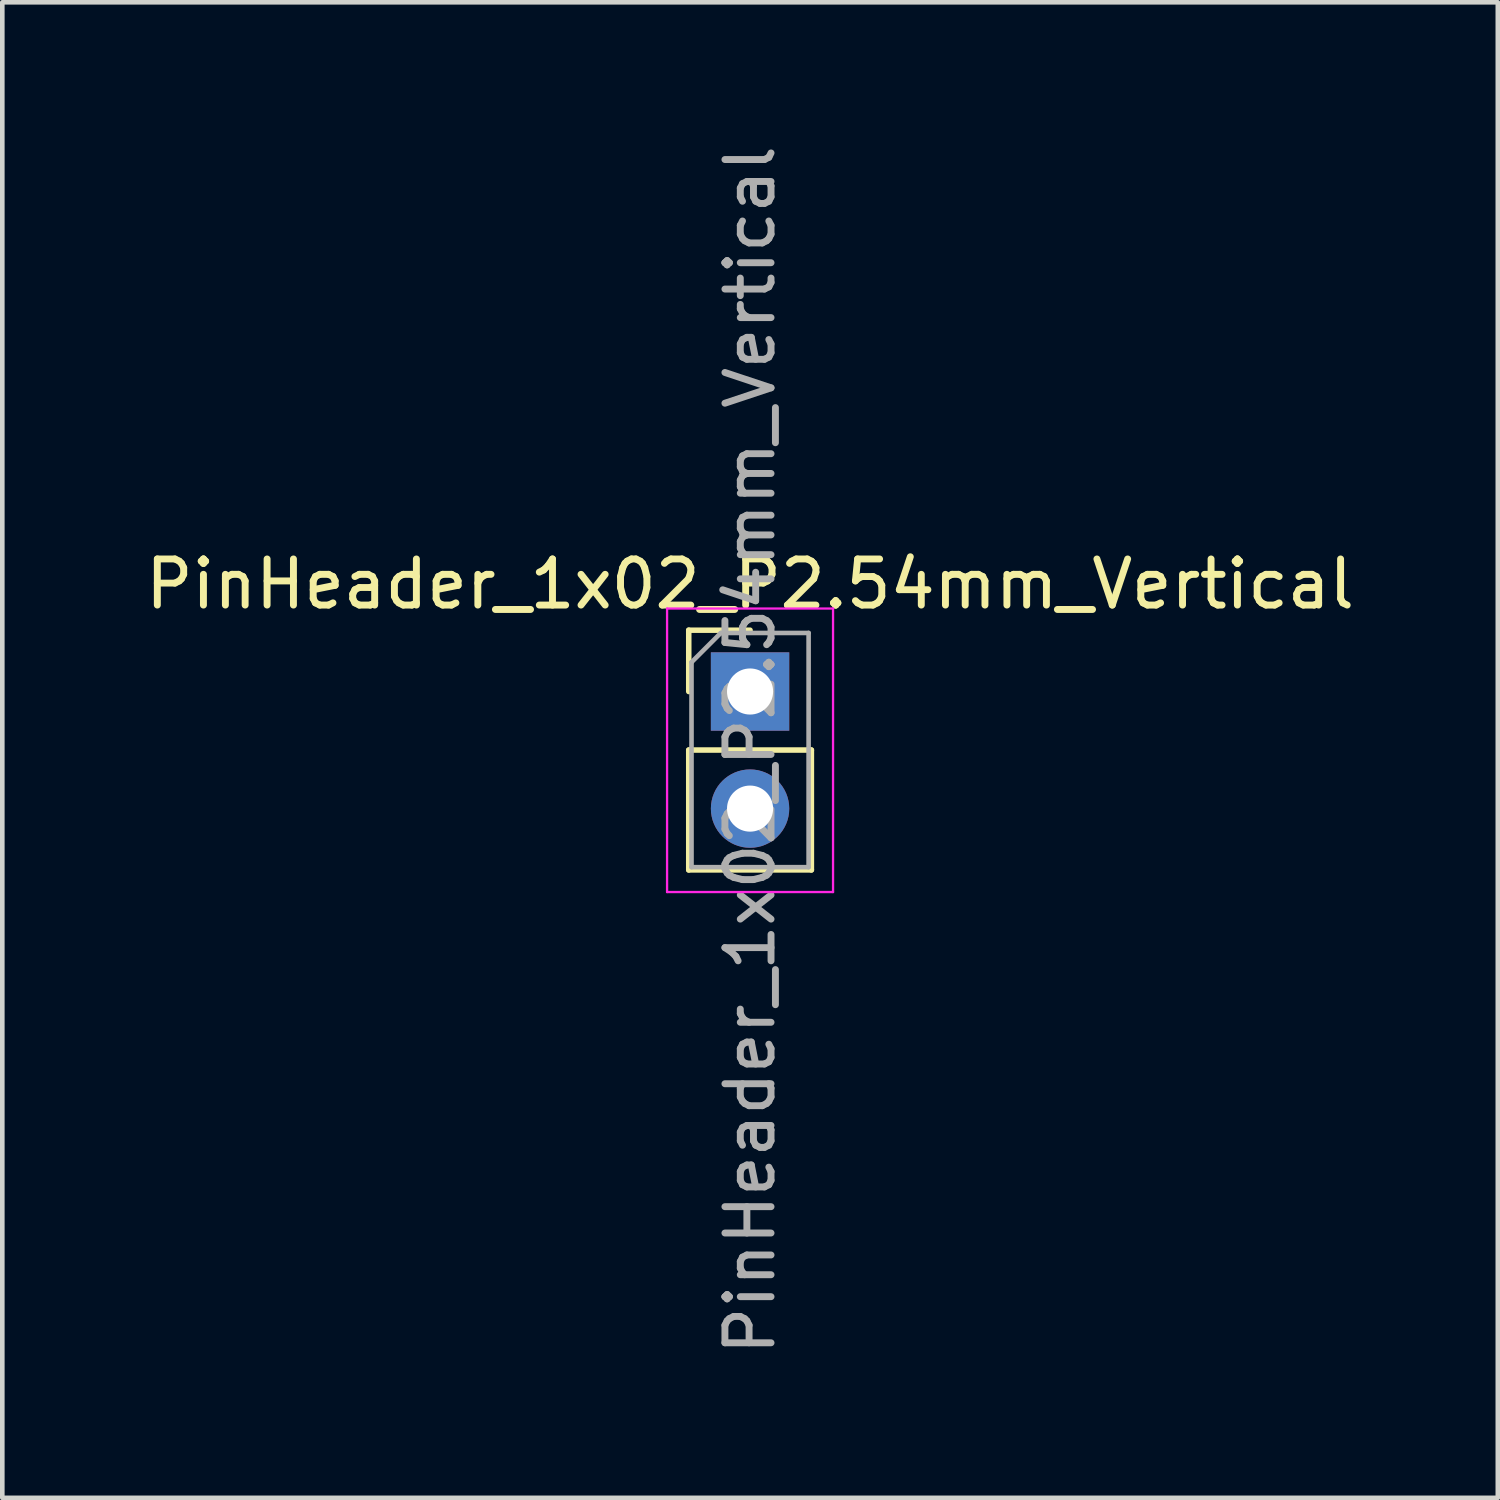
<source format=kicad_pcb>
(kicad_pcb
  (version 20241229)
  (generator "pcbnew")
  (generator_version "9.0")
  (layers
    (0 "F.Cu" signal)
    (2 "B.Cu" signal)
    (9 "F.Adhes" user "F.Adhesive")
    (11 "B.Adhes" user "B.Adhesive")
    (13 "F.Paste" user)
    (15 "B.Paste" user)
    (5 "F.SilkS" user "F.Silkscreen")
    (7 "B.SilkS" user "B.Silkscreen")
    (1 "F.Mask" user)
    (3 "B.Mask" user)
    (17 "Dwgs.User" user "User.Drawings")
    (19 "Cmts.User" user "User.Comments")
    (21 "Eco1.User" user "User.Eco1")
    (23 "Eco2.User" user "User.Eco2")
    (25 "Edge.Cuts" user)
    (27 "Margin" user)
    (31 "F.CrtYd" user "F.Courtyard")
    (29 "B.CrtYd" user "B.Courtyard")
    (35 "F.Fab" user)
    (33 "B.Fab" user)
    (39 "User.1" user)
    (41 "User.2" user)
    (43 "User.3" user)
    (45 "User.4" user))
  (footprint "PinHeader_1x02_P2.54mm_Vertical"
    (layer "F.Cu")
    (at 13.22 11.95)
    (property "Reference" "PinHeader_1x02_P2.54mm_Vertical" (at 0 -2.33 0) (layer "F.SilkS") (effects (font (size 1 1) (thickness 0.15))))
    (attr through_hole)
    (fp_line (start -1.33 -1.33) (end 0 -1.33) (stroke (width 0.12) (type solid)) (layer "F.SilkS"))
    (fp_line (start -1.33 0) (end -1.33 -1.33) (stroke (width 0.12) (type solid)) (layer "F.SilkS"))
    (fp_line (start -1.33 1.27) (end -1.33 3.87) (stroke (width 0.12) (type solid)) (layer "F.SilkS"))
    (fp_line (start -1.33 1.27) (end 1.33 1.27) (stroke (width 0.12) (type solid)) (layer "F.SilkS"))
    (fp_line (start -1.33 3.87) (end 1.33 3.87) (stroke (width 0.12) (type solid)) (layer "F.SilkS"))
    (fp_line (start 1.33 1.27) (end 1.33 3.87) (stroke (width 0.12) (type solid)) (layer "F.SilkS"))
    (fp_line (start -1.8 -1.8) (end -1.8 4.35) (stroke (width 0.05) (type solid)) (layer "F.CrtYd"))
    (fp_line (start -1.8 4.35) (end 1.8 4.35) (stroke (width 0.05) (type solid)) (layer "F.CrtYd"))
    (fp_line (start 1.8 -1.8) (end -1.8 -1.8) (stroke (width 0.05) (type solid)) (layer "F.CrtYd"))
    (fp_line (start 1.8 4.35) (end 1.8 -1.8) (stroke (width 0.05) (type solid)) (layer "F.CrtYd"))
    (fp_line (start -1.27 -0.635) (end -0.635 -1.27) (stroke (width 0.1) (type solid)) (layer "F.Fab"))
    (fp_line (start -1.27 3.81) (end -1.27 -0.635) (stroke (width 0.1) (type solid)) (layer "F.Fab"))
    (fp_line (start -0.635 -1.27) (end 1.27 -1.27) (stroke (width 0.1) (type solid)) (layer "F.Fab"))
    (fp_line (start 1.27 -1.27) (end 1.27 3.81) (stroke (width 0.1) (type solid)) (layer "F.Fab"))
    (fp_line (start 1.27 3.81) (end -1.27 3.81) (stroke (width 0.1) (type solid)) (layer "F.Fab"))
    (fp_text user "${REFERENCE}" (at 0 1.27 270) (layer "F.Fab") (effects (font (size 1 1) (thickness 0.15))))
    (pad "1" thru_hole rect (at 0 0) (size 1.7 1.7) (drill 1) (layers "*.Cu" "*.Mask"))
    (pad "2" thru_hole oval (at 0 2.54) (size 1.7 1.7) (drill 1) (layers "*.Cu" "*.Mask")))
  (gr_rect
    (start -3 -3)
    (end 29.44 29.44)
    (stroke (width 0.1) (type default))
    (fill no)
    (layer "Edge.Cuts")))
</source>
